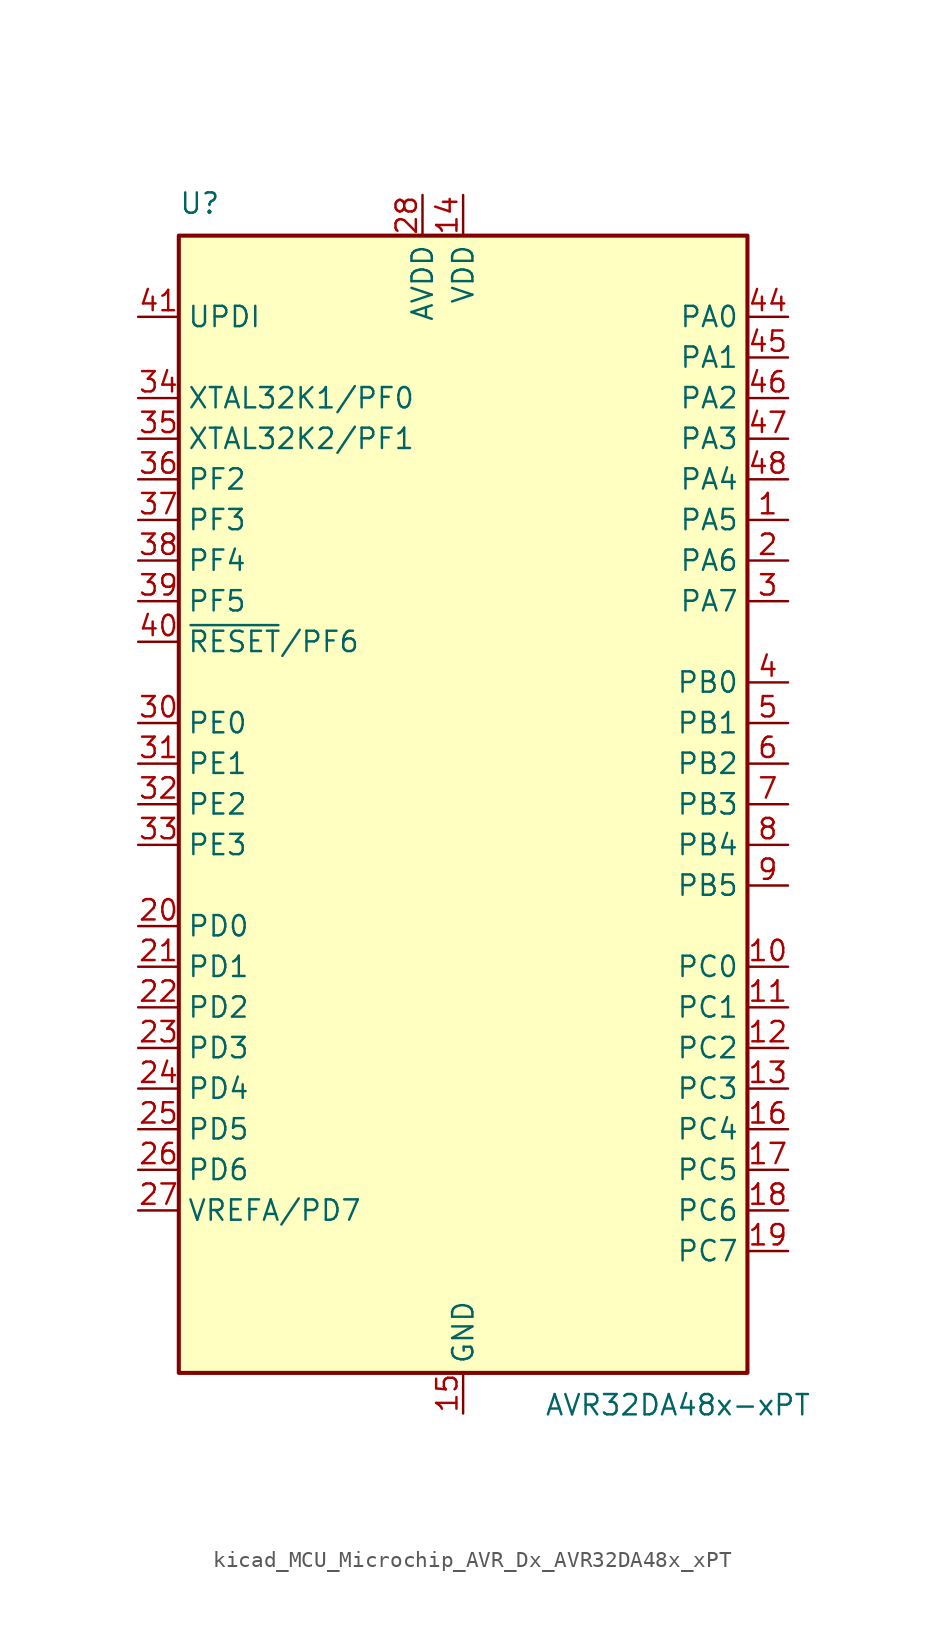
<source format=kicad_sym>
(kicad_symbol_lib
  (version 20220914)
  (generator kicad_symbol_editor)
  (symbol "kicad_MCU_Microchip_AVR_Dx_AVR32DA48x_xPT"
    (property "Reference" "U"
      (at -17.78 36.83 0)
      (effects (font (size 1.27 1.27)) (justify left bottom)))
    (property "Value" "AVR32DA48x-xPT"
      (at 5.08 -36.83 0)
      (effects (font (size 1.27 1.27)) (justify left top)))
    (symbol "kicad_MCU_Microchip_AVR_Dx_AVR32DA48x_xPT_0_1"
      (rectangle (start -17.78 35.56) (end 17.78 -35.56) (stroke (width 0.254) (type default)) (fill (type background))))
    (symbol "kicad_MCU_Microchip_AVR_Dx_AVR32DA48x_xPT_1_1"
      (pin bidirectional line (at 20.32 17.78 180) (length 2.54) (name "PA5" (effects (font (size 1.27 1.27)))) (number "1" (effects (font (size 1.27 1.27)))))
      (pin bidirectional line (at 20.32 -10.16 180) (length 2.54) (name "PC0" (effects (font (size 1.27 1.27)))) (number "10" (effects (font (size 1.27 1.27)))))
      (pin bidirectional line (at 20.32 -12.7 180) (length 2.54) (name "PC1" (effects (font (size 1.27 1.27)))) (number "11" (effects (font (size 1.27 1.27)))))
      (pin bidirectional line (at 20.32 -15.24 180) (length 2.54) (name "PC2" (effects (font (size 1.27 1.27)))) (number "12" (effects (font (size 1.27 1.27)))))
      (pin bidirectional line (at 20.32 -17.78 180) (length 2.54) (name "PC3" (effects (font (size 1.27 1.27)))) (number "13" (effects (font (size 1.27 1.27)))))
      (pin power_in line (at 0 38.1 270) (length 2.54) (name "VDD" (effects (font (size 1.27 1.27)))) (number "14" (effects (font (size 1.27 1.27)))))
      (pin power_in line (at 0 -38.1 90) (length 2.54) (name "GND" (effects (font (size 1.27 1.27)))) (number "15" (effects (font (size 1.27 1.27)))))
      (pin bidirectional line (at 20.32 -20.32 180) (length 2.54) (name "PC4" (effects (font (size 1.27 1.27)))) (number "16" (effects (font (size 1.27 1.27)))))
      (pin bidirectional line (at 20.32 -22.86 180) (length 2.54) (name "PC5" (effects (font (size 1.27 1.27)))) (number "17" (effects (font (size 1.27 1.27)))))
      (pin bidirectional line (at 20.32 -25.4 180) (length 2.54) (name "PC6" (effects (font (size 1.27 1.27)))) (number "18" (effects (font (size 1.27 1.27)))))
      (pin bidirectional line (at 20.32 -27.94 180) (length 2.54) (name "PC7" (effects (font (size 1.27 1.27)))) (number "19" (effects (font (size 1.27 1.27)))))
      (pin bidirectional line (at 20.32 15.24 180) (length 2.54) (name "PA6" (effects (font (size 1.27 1.27)))) (number "2" (effects (font (size 1.27 1.27)))))
      (pin bidirectional line (at -20.32 -7.62 0) (length 2.54) (name "PD0" (effects (font (size 1.27 1.27)))) (number "20" (effects (font (size 1.27 1.27)))))
      (pin bidirectional line (at -20.32 -10.16 0) (length 2.54) (name "PD1" (effects (font (size 1.27 1.27)))) (number "21" (effects (font (size 1.27 1.27)))))
      (pin bidirectional line (at -20.32 -12.7 0) (length 2.54) (name "PD2" (effects (font (size 1.27 1.27)))) (number "22" (effects (font (size 1.27 1.27)))))
      (pin bidirectional line (at -20.32 -15.24 0) (length 2.54) (name "PD3" (effects (font (size 1.27 1.27)))) (number "23" (effects (font (size 1.27 1.27)))))
      (pin bidirectional line (at -20.32 -17.78 0) (length 2.54) (name "PD4" (effects (font (size 1.27 1.27)))) (number "24" (effects (font (size 1.27 1.27)))))
      (pin bidirectional line (at -20.32 -20.32 0) (length 2.54) (name "PD5" (effects (font (size 1.27 1.27)))) (number "25" (effects (font (size 1.27 1.27)))))
      (pin bidirectional line (at -20.32 -22.86 0) (length 2.54) (name "PD6" (effects (font (size 1.27 1.27)))) (number "26" (effects (font (size 1.27 1.27)))))
      (pin bidirectional line (at -20.32 -25.4 0) (length 2.54) (name "VREFA/PD7" (effects (font (size 1.27 1.27)))) (number "27" (effects (font (size 1.27 1.27)))))
      (pin power_in line (at -2.54 38.1 270) (length 2.54) (name "AVDD" (effects (font (size 1.27 1.27)))) (number "28" (effects (font (size 1.27 1.27)))))
      (pin passive line (at 0 -38.1 90) (length 2.54) hide (name "GND" (effects (font (size 1.27 1.27)))) (number "29" (effects (font (size 1.27 1.27)))))
      (pin bidirectional line (at 20.32 12.7 180) (length 2.54) (name "PA7" (effects (font (size 1.27 1.27)))) (number "3" (effects (font (size 1.27 1.27)))))
      (pin bidirectional line (at -20.32 5.08 0) (length 2.54) (name "PE0" (effects (font (size 1.27 1.27)))) (number "30" (effects (font (size 1.27 1.27)))))
      (pin bidirectional line (at -20.32 2.54 0) (length 2.54) (name "PE1" (effects (font (size 1.27 1.27)))) (number "31" (effects (font (size 1.27 1.27)))))
      (pin bidirectional line (at -20.32 0 0) (length 2.54) (name "PE2" (effects (font (size 1.27 1.27)))) (number "32" (effects (font (size 1.27 1.27)))))
      (pin bidirectional line (at -20.32 -2.54 0) (length 2.54) (name "PE3" (effects (font (size 1.27 1.27)))) (number "33" (effects (font (size 1.27 1.27)))))
      (pin bidirectional line (at -20.32 25.4 0) (length 2.54) (name "XTAL32K1/PF0" (effects (font (size 1.27 1.27)))) (number "34" (effects (font (size 1.27 1.27)))))
      (pin bidirectional line (at -20.32 22.86 0) (length 2.54) (name "XTAL32K2/PF1" (effects (font (size 1.27 1.27)))) (number "35" (effects (font (size 1.27 1.27)))))
      (pin bidirectional line (at -20.32 20.32 0) (length 2.54) (name "PF2" (effects (font (size 1.27 1.27)))) (number "36" (effects (font (size 1.27 1.27)))))
      (pin bidirectional line (at -20.32 17.78 0) (length 2.54) (name "PF3" (effects (font (size 1.27 1.27)))) (number "37" (effects (font (size 1.27 1.27)))))
      (pin bidirectional line (at -20.32 15.24 0) (length 2.54) (name "PF4" (effects (font (size 1.27 1.27)))) (number "38" (effects (font (size 1.27 1.27)))))
      (pin bidirectional line (at -20.32 12.7 0) (length 2.54) (name "PF5" (effects (font (size 1.27 1.27)))) (number "39" (effects (font (size 1.27 1.27)))))
      (pin bidirectional line (at 20.32 7.62 180) (length 2.54) (name "PB0" (effects (font (size 1.27 1.27)))) (number "4" (effects (font (size 1.27 1.27)))))
      (pin bidirectional line (at -20.32 10.16 0) (length 2.54) (name "~{RESET}/PF6" (effects (font (size 1.27 1.27)))) (number "40" (effects (font (size 1.27 1.27)))))
      (pin input line (at -20.32 30.48 0) (length 2.54) (name "UPDI" (effects (font (size 1.27 1.27)))) (number "41" (effects (font (size 1.27 1.27)))))
      (pin passive line (at 0 38.1 270) (length 2.54) hide (name "VDD" (effects (font (size 1.27 1.27)))) (number "42" (effects (font (size 1.27 1.27)))))
      (pin passive line (at 0 -38.1 90) (length 2.54) hide (name "GND" (effects (font (size 1.27 1.27)))) (number "43" (effects (font (size 1.27 1.27)))))
      (pin bidirectional line (at 20.32 30.48 180) (length 2.54) (name "PA0" (effects (font (size 1.27 1.27)))) (number "44" (effects (font (size 1.27 1.27)))))
      (pin bidirectional line (at 20.32 27.94 180) (length 2.54) (name "PA1" (effects (font (size 1.27 1.27)))) (number "45" (effects (font (size 1.27 1.27)))))
      (pin bidirectional line (at 20.32 25.4 180) (length 2.54) (name "PA2" (effects (font (size 1.27 1.27)))) (number "46" (effects (font (size 1.27 1.27)))))
      (pin bidirectional line (at 20.32 22.86 180) (length 2.54) (name "PA3" (effects (font (size 1.27 1.27)))) (number "47" (effects (font (size 1.27 1.27)))))
      (pin bidirectional line (at 20.32 20.32 180) (length 2.54) (name "PA4" (effects (font (size 1.27 1.27)))) (number "48" (effects (font (size 1.27 1.27)))))
      (pin bidirectional line (at 20.32 5.08 180) (length 2.54) (name "PB1" (effects (font (size 1.27 1.27)))) (number "5" (effects (font (size 1.27 1.27)))))
      (pin bidirectional line (at 20.32 2.54 180) (length 2.54) (name "PB2" (effects (font (size 1.27 1.27)))) (number "6" (effects (font (size 1.27 1.27)))))
      (pin bidirectional line (at 20.32 0 180) (length 2.54) (name "PB3" (effects (font (size 1.27 1.27)))) (number "7" (effects (font (size 1.27 1.27)))))
      (pin bidirectional line (at 20.32 -2.54 180) (length 2.54) (name "PB4" (effects (font (size 1.27 1.27)))) (number "8" (effects (font (size 1.27 1.27)))))
      (pin bidirectional line (at 20.32 -5.08 180) (length 2.54) (name "PB5" (effects (font (size 1.27 1.27)))) (number "9" (effects (font (size 1.27 1.27))))))))
</source>
